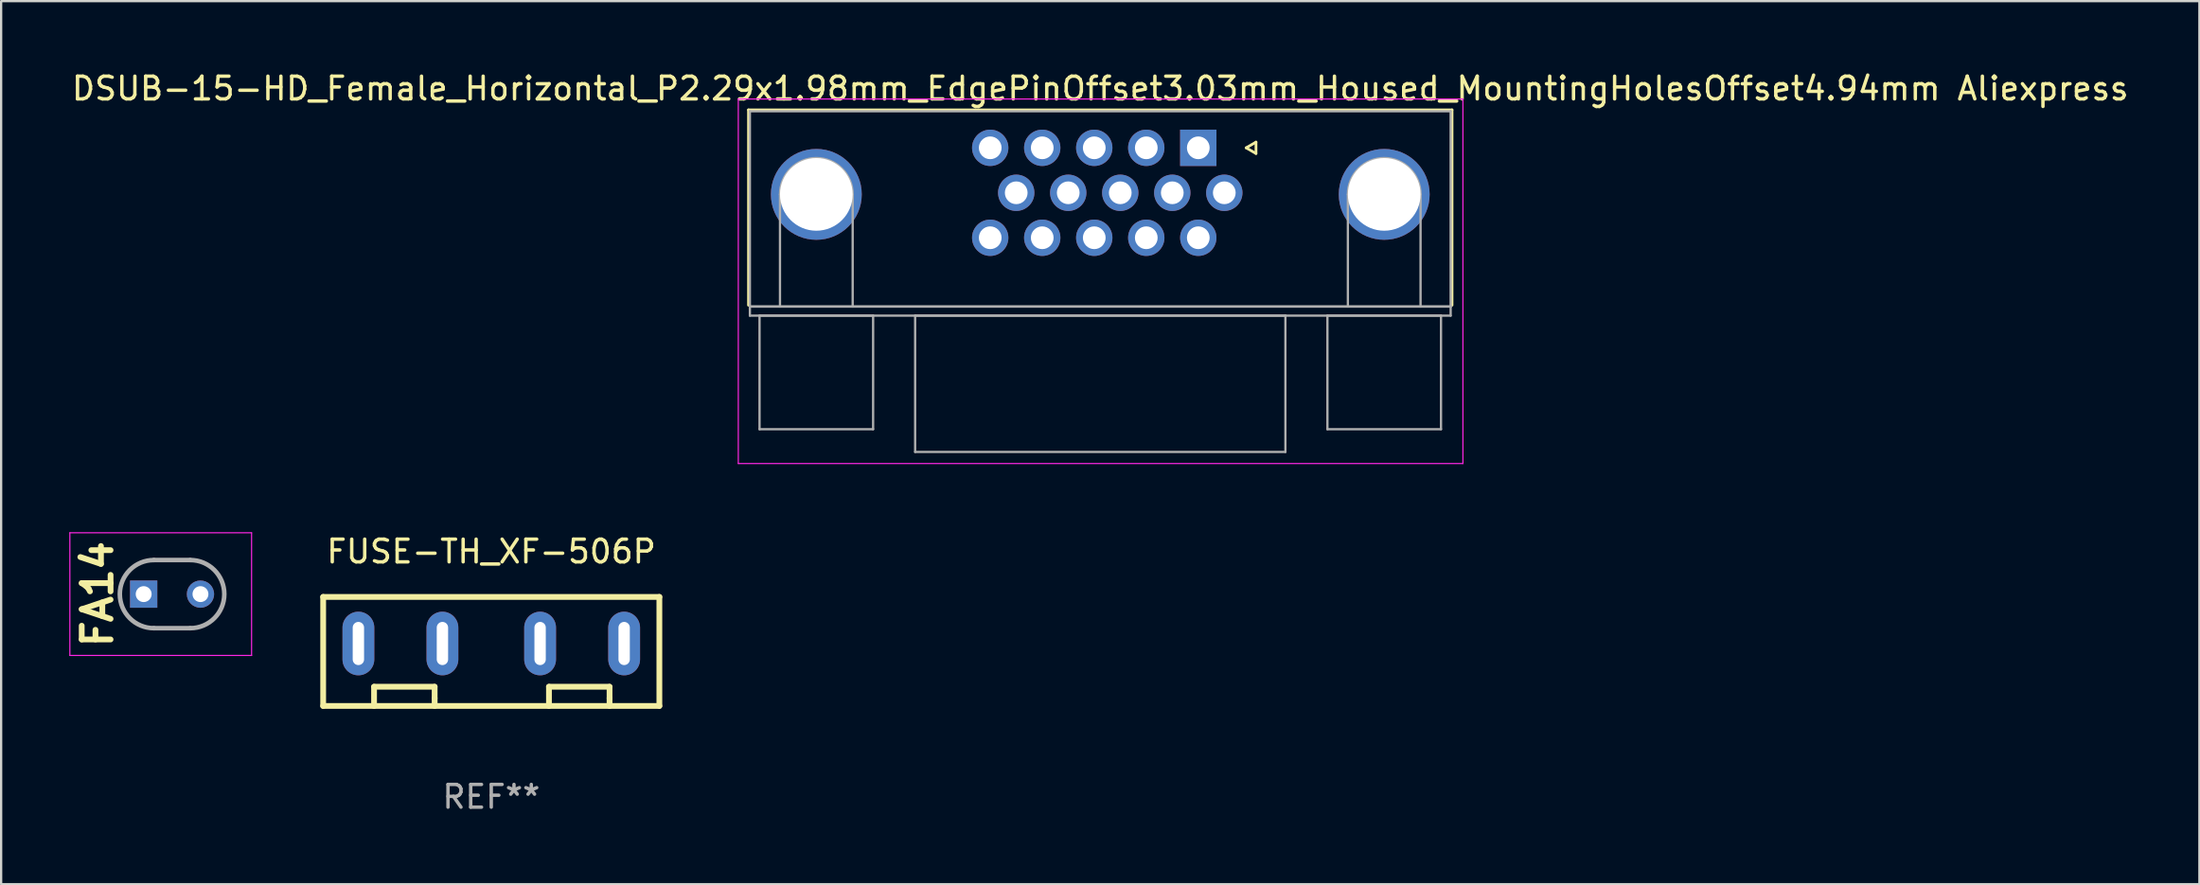
<source format=kicad_pcb>
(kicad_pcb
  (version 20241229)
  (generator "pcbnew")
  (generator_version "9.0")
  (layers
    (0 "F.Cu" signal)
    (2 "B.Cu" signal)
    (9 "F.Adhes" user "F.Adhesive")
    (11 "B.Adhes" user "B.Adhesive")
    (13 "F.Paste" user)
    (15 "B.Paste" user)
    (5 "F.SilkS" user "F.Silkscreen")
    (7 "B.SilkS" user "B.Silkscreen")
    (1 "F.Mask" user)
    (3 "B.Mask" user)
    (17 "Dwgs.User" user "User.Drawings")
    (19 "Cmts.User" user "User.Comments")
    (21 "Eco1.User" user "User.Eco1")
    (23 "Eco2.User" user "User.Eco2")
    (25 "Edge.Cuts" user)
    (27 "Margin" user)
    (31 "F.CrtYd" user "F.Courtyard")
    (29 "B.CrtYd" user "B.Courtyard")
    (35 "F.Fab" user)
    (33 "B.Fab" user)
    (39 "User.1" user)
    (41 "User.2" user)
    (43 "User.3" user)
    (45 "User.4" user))
  (footprint "FUSE-TH_XF-506P"
    (layer "F.Cu")
    (at 18.577 25.632)
    (property "Reference" "FUSE-TH_XF-506P" (at 0 -4.4 0) (layer "F.SilkS") (effects (font (size 1 1) (thickness 0.15))))
    (attr through_hole)
    (fp_line (start -7.4 2.4) (end -7.4 -2.4) (stroke (width 0.254) (type solid)) (layer "F.SilkS"))
    (fp_line (start -5.16 1.554) (end -5.16 2.4) (stroke (width 0.254) (type solid)) (layer "F.SilkS"))
    (fp_line (start -2.493 1.554) (end -5.16 1.554) (stroke (width 0.254) (type solid)) (layer "F.SilkS"))
    (fp_line (start -2.493 2.062) (end -2.493 1.554) (stroke (width 0.254) (type solid)) (layer "F.SilkS"))
    (fp_line (start -2.493 2.063) (end -2.493 2.4) (stroke (width 0.254) (type solid)) (layer "F.SilkS"))
    (fp_line (start 2.54 1.554) (end 2.54 2.4) (stroke (width 0.254) (type solid)) (layer "F.SilkS"))
    (fp_line (start 5.207 1.554) (end 2.54 1.554) (stroke (width 0.254) (type solid)) (layer "F.SilkS"))
    (fp_line (start 5.207 2.062) (end 5.207 1.554) (stroke (width 0.254) (type solid)) (layer "F.SilkS"))
    (fp_line (start 5.207 2.063) (end 5.207 2.4) (stroke (width 0.254) (type solid)) (layer "F.SilkS"))
    (fp_line (start 7.4 -2.4) (end -7.4 -2.4) (stroke (width 0.254) (type solid)) (layer "F.SilkS"))
    (fp_line (start 7.4 2.4) (end -7.4 2.4) (stroke (width 0.254) (type solid)) (layer "F.SilkS"))
    (fp_line (start 7.4 2.4) (end 7.4 -2.4) (stroke (width 0.254) (type solid)) (layer "F.SilkS"))
    (fp_circle (center 7.4 -2.4) (end 7.43 -2.4) (stroke (width 0.06) (type solid)) (fill no) (layer "F.SilkS"))
    (fp_text user "REF**" (at 0 6.4 0) (layer "F.Fab") (effects (font (size 1 1) (thickness 0.15))))
    (pad "1" thru_hole oval (at -5.85 -0.35) (size 1.4 2.8) (drill oval 0.5 1.9) (layers "*.Cu" "*.Mask"))
    (pad "1" thru_hole oval (at -2.15 -0.35 180) (size 1.4 2.8) (drill oval 0.5 1.9) (layers "*.Cu" "*.Mask"))
    (pad "2" thru_hole oval (at 2.15 -0.35 180) (size 1.4 2.8) (drill oval 0.5 1.9) (layers "*.Cu" "*.Mask"))
    (pad "2" thru_hole oval (at 5.85 -0.35 180) (size 1.4 2.8) (drill oval 0.5 1.9) (layers "*.Cu" "*.Mask")))
  (footprint "FA14"
    (layer "F.Cu")
    (at 3.275 23.108)
    (property "Reference" "FA14" (at -2.032 0 90) (layer "F.SilkS") (effects (font (size 1.27 1.27) (thickness 0.254))))
    (attr through_hole)
    (fp_line (start 0.45 -1.5) (end 2.05 -1.5) (stroke (width 0.1) (type solid)) (layer "F.SilkS"))
    (fp_line (start 2.05 1.5) (end 0.45 1.5) (stroke (width 0.1) (type solid)) (layer "F.SilkS"))
    (fp_arc (start 0.45 1.5) (mid -1.05 0) (end 0.45 -1.5) (stroke (width 0.1) (type solid)) (layer "F.SilkS"))
    (fp_arc (start 2.05 -1.5) (mid 3.55 0) (end 2.05 1.5) (stroke (width 0.1) (type solid)) (layer "F.SilkS"))
    (fp_line (start -3.25 -2.7) (end 4.75 -2.7) (stroke (width 0.05) (type solid)) (layer "F.CrtYd"))
    (fp_line (start -3.25 2.7) (end -3.25 -2.7) (stroke (width 0.05) (type solid)) (layer "F.CrtYd"))
    (fp_line (start 4.75 -2.7) (end 4.75 2.7) (stroke (width 0.05) (type solid)) (layer "F.CrtYd"))
    (fp_line (start 4.75 2.7) (end -3.25 2.7) (stroke (width 0.05) (type solid)) (layer "F.CrtYd"))
    (fp_line (start 0.45 -1.5) (end 2.05 -1.5) (stroke (width 0.2) (type solid)) (layer "F.Fab"))
    (fp_line (start 2.05 1.5) (end 0.45 1.5) (stroke (width 0.2) (type solid)) (layer "F.Fab"))
    (fp_arc (start 0.45 1.5) (mid -1.05 0) (end 0.45 -1.5) (stroke (width 0.2) (type solid)) (layer "F.Fab"))
    (fp_arc (start 2.05 -1.5) (mid 3.55 0) (end 2.05 1.5) (stroke (width 0.2) (type solid)) (layer "F.Fab"))
    (pad "1" thru_hole rect (at 0 0) (size 1.2 1.2) (drill 0.7) (layers "*.Cu" "*.Mask"))
    (pad "2" thru_hole circle (at 2.5 0) (size 1.2 1.2) (drill 0.7) (layers "*.Cu" "*.Mask")))
  (footprint "DSUB-15-HD_Female_Horizontal_P2.29x1.98mm_EdgePinOffset3.03mm_Housed_MountingHolesOffset4.94mm Aliexpress"
    (layer "F.Cu")
    (at 49.702 3.458)
    (property "Reference" "DSUB-15-HD_Female_Horizontal_P2.29x1.98mm_EdgePinOffset3.03mm_Housed_MountingHolesOffset4.94mm Aliexpress" (at -4.315 -2.61 0) (layer "F.SilkS") (effects (font (size 1 1) (thickness 0.15))))
    (attr through_hole)
    (fp_line (start -19.8 -1.67) (end 11.17 -1.67) (stroke (width 0.12) (type solid)) (layer "F.SilkS"))
    (fp_line (start -19.8 6.93) (end -19.8 -1.67) (stroke (width 0.12) (type solid)) (layer "F.SilkS"))
    (fp_line (start 2.107 0) (end 2.54 -0.25) (stroke (width 0.12) (type solid)) (layer "F.SilkS"))
    (fp_line (start 2.54 -0.25) (end 2.54 0.25) (stroke (width 0.12) (type solid)) (layer "F.SilkS"))
    (fp_line (start 2.54 0.25) (end 2.107 0) (stroke (width 0.12) (type solid)) (layer "F.SilkS"))
    (fp_line (start 11.17 -1.67) (end 11.17 6.93) (stroke (width 0.12) (type solid)) (layer "F.SilkS"))
    (fp_line (start -20.25 -2.15) (end -20.25 13.9) (stroke (width 0.05) (type solid)) (layer "F.CrtYd"))
    (fp_line (start -20.25 13.9) (end 11.65 13.9) (stroke (width 0.05) (type solid)) (layer "F.CrtYd"))
    (fp_line (start 11.65 -2.15) (end -20.25 -2.15) (stroke (width 0.05) (type solid)) (layer "F.CrtYd"))
    (fp_line (start 11.65 13.9) (end 11.65 -2.15) (stroke (width 0.05) (type solid)) (layer "F.CrtYd"))
    (fp_line (start -19.74 -1.61) (end -19.74 6.99) (stroke (width 0.1) (type solid)) (layer "F.Fab"))
    (fp_line (start -19.74 6.99) (end -19.74 7.39) (stroke (width 0.1) (type solid)) (layer "F.Fab"))
    (fp_line (start -19.74 6.99) (end 11.11 6.99) (stroke (width 0.1) (type solid)) (layer "F.Fab"))
    (fp_line (start -19.74 7.39) (end 11.11 7.39) (stroke (width 0.1) (type solid)) (layer "F.Fab"))
    (fp_line (start -19.315 7.39) (end -19.315 12.39) (stroke (width 0.1) (type solid)) (layer "F.Fab"))
    (fp_line (start -19.315 12.39) (end -14.315 12.39) (stroke (width 0.1) (type solid)) (layer "F.Fab"))
    (fp_line (start -18.415 6.99) (end -18.415 2.05) (stroke (width 0.1) (type solid)) (layer "F.Fab"))
    (fp_line (start -15.215 6.99) (end -15.215 2.05) (stroke (width 0.1) (type solid)) (layer "F.Fab"))
    (fp_line (start -14.315 7.39) (end -19.315 7.39) (stroke (width 0.1) (type solid)) (layer "F.Fab"))
    (fp_line (start -14.315 12.39) (end -14.315 7.39) (stroke (width 0.1) (type solid)) (layer "F.Fab"))
    (fp_line (start -12.465 7.39) (end -12.465 13.39) (stroke (width 0.1) (type solid)) (layer "F.Fab"))
    (fp_line (start -12.465 13.39) (end 3.835 13.39) (stroke (width 0.1) (type solid)) (layer "F.Fab"))
    (fp_line (start 3.835 7.39) (end -12.465 7.39) (stroke (width 0.1) (type solid)) (layer "F.Fab"))
    (fp_line (start 3.835 13.39) (end 3.835 7.39) (stroke (width 0.1) (type solid)) (layer "F.Fab"))
    (fp_line (start 5.685 7.39) (end 5.685 12.39) (stroke (width 0.1) (type solid)) (layer "F.Fab"))
    (fp_line (start 5.685 12.39) (end 10.685 12.39) (stroke (width 0.1) (type solid)) (layer "F.Fab"))
    (fp_line (start 6.585 6.99) (end 6.585 2.05) (stroke (width 0.1) (type solid)) (layer "F.Fab"))
    (fp_line (start 9.785 6.99) (end 9.785 2.05) (stroke (width 0.1) (type solid)) (layer "F.Fab"))
    (fp_line (start 10.685 7.39) (end 5.685 7.39) (stroke (width 0.1) (type solid)) (layer "F.Fab"))
    (fp_line (start 10.685 12.39) (end 10.685 7.39) (stroke (width 0.1) (type solid)) (layer "F.Fab"))
    (fp_line (start 11.11 -1.61) (end -19.74 -1.61) (stroke (width 0.1) (type solid)) (layer "F.Fab"))
    (fp_line (start 11.11 6.99) (end -19.74 6.99) (stroke (width 0.1) (type solid)) (layer "F.Fab"))
    (fp_line (start 11.11 6.99) (end 11.11 -1.61) (stroke (width 0.1) (type solid)) (layer "F.Fab"))
    (fp_line (start 11.11 7.39) (end 11.11 6.99) (stroke (width 0.1) (type solid)) (layer "F.Fab"))
    (fp_arc (start -18.415 2.05) (mid -16.815 0.45) (end -15.215 2.05) (stroke (width 0.1) (type solid)) (layer "F.Fab"))
    (fp_arc (start 6.585 2.05) (mid 8.185 0.45) (end 9.785 2.05) (stroke (width 0.1) (type solid)) (layer "F.Fab"))
    (pad "0" thru_hole circle (at -16.815 2.05) (size 4 4) (drill 3.2) (layers "*.Cu" "*.Mask"))
    (pad "0" thru_hole circle (at 8.185 2.05) (size 4 4) (drill 3.2) (layers "*.Cu" "*.Mask"))
    (pad "1" thru_hole rect (at 0 0) (size 1.6 1.6) (drill 1) (layers "*.Cu" "*.Mask"))
    (pad "2" thru_hole circle (at -2.29 0) (size 1.6 1.6) (drill 1) (layers "*.Cu" "*.Mask"))
    (pad "3" thru_hole circle (at -4.58 0) (size 1.6 1.6) (drill 1) (layers "*.Cu" "*.Mask"))
    (pad "4" thru_hole circle (at -6.87 0) (size 1.6 1.6) (drill 1) (layers "*.Cu" "*.Mask"))
    (pad "5" thru_hole circle (at -9.16 0) (size 1.6 1.6) (drill 1) (layers "*.Cu" "*.Mask"))
    (pad "6" thru_hole circle (at 1.145 1.98) (size 1.6 1.6) (drill 1) (layers "*.Cu" "*.Mask"))
    (pad "7" thru_hole circle (at -1.145 1.98) (size 1.6 1.6) (drill 1) (layers "*.Cu" "*.Mask"))
    (pad "8" thru_hole circle (at -3.435 1.98) (size 1.6 1.6) (drill 1) (layers "*.Cu" "*.Mask"))
    (pad "9" thru_hole circle (at -5.725 1.98) (size 1.6 1.6) (drill 1) (layers "*.Cu" "*.Mask"))
    (pad "10" thru_hole circle (at -8.015 1.98) (size 1.6 1.6) (drill 1) (layers "*.Cu" "*.Mask"))
    (pad "11" thru_hole circle (at 0 3.96) (size 1.6 1.6) (drill 1) (layers "*.Cu" "*.Mask"))
    (pad "12" thru_hole circle (at -2.29 3.96) (size 1.6 1.6) (drill 1) (layers "*.Cu" "*.Mask"))
    (pad "13" thru_hole circle (at -4.58 3.96) (size 1.6 1.6) (drill 1) (layers "*.Cu" "*.Mask"))
    (pad "14" thru_hole circle (at -6.87 3.96) (size 1.6 1.6) (drill 1) (layers "*.Cu" "*.Mask"))
    (pad "15" thru_hole circle (at -9.16 3.96) (size 1.6 1.6) (drill 1) (layers "*.Cu" "*.Mask")))
  (gr_rect
    (start -3 -3)
    (end 93.774 35.88)
    (stroke (width 0.1) (type default))
    (fill no)
    (layer "Edge.Cuts")))
</source>
